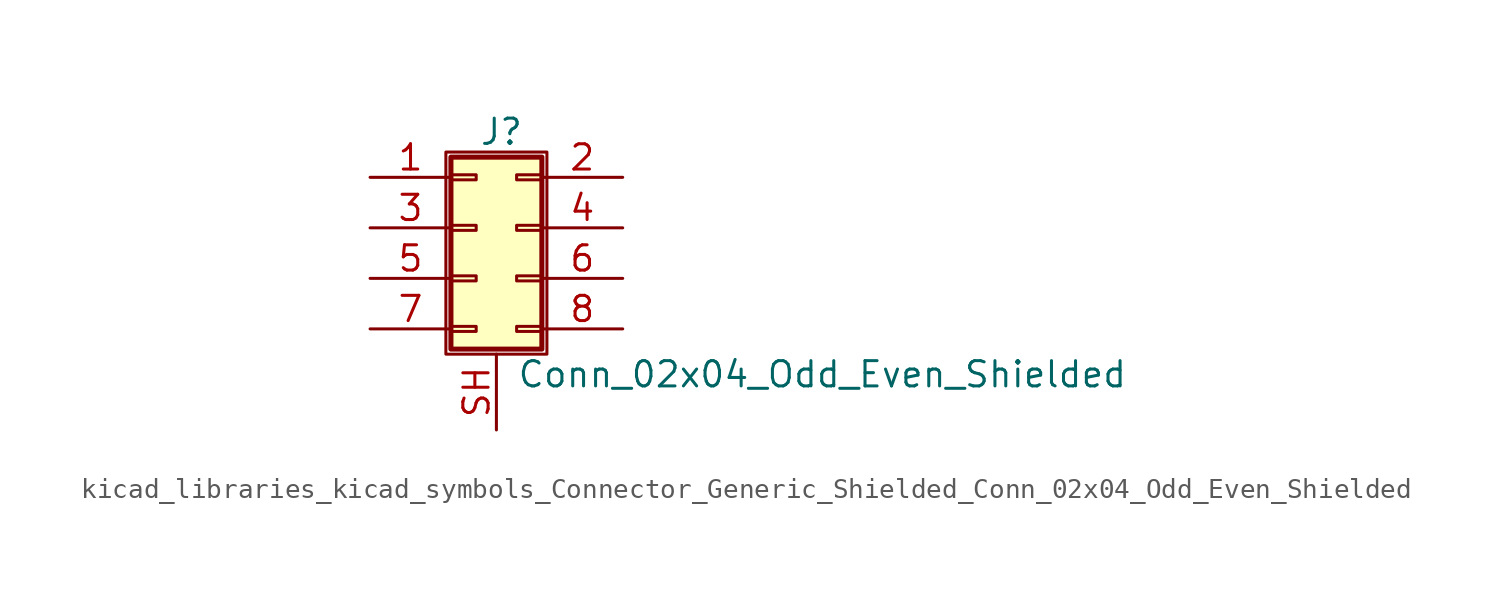
<source format=kicad_sym>
(kicad_symbol_lib
  (version 20220914)
  (generator kicad_symbol_editor)
  (symbol "kicad_libraries_kicad_symbols_Connector_Generic_Shielded_Conn_02x04_Odd_Even_Shielded"
    (pin_names
      (offset 1.016) hide)
    (property "Reference" "J"
      (at 1.524 4.826 0)
      (effects (font (size 1.27 1.27))))
    (property "Value" "Conn_02x04_Odd_Even_Shielded"
      (at 2.286 -7.366 0)
      (effects (font (size 1.27 1.27)) (justify left)))
    (symbol "kicad_libraries_kicad_symbols_Connector_Generic_Shielded_Conn_02x04_Odd_Even_Shielded_1_1"
      (rectangle (start -1.27 3.81) (end 3.81 -6.35) (stroke (width 0.152) (type default)) (fill (type none)))
      (rectangle (start -1.016 -4.953) (end 0.254 -5.207) (stroke (width 0.152) (type default)) (fill (type none)))
      (rectangle (start -1.016 -2.413) (end 0.254 -2.667) (stroke (width 0.152) (type default)) (fill (type none)))
      (rectangle (start -1.016 0.127) (end 0.254 -0.127) (stroke (width 0.152) (type default)) (fill (type none)))
      (rectangle (start -1.016 2.667) (end 0.254 2.413) (stroke (width 0.152) (type default)) (fill (type none)))
      (rectangle (start -1.016 3.556) (end 3.556 -6.096) (stroke (width 0.254) (type default)) (fill (type background)))
      (rectangle (start 3.556 -4.953) (end 2.286 -5.207) (stroke (width 0.152) (type default)) (fill (type none)))
      (rectangle (start 3.556 -2.413) (end 2.286 -2.667) (stroke (width 0.152) (type default)) (fill (type none)))
      (rectangle (start 3.556 0.127) (end 2.286 -0.127) (stroke (width 0.152) (type default)) (fill (type none)))
      (rectangle (start 3.556 2.667) (end 2.286 2.413) (stroke (width 0.152) (type default)) (fill (type none)))
      (pin passive line (at -5.08 2.54 0) (length 4.064) (name "Pin_1" (effects (font (size 1.27 1.27)))) (number "1" (effects (font (size 1.27 1.27)))))
      (pin passive line (at 7.62 2.54 180) (length 4.064) (name "Pin_2" (effects (font (size 1.27 1.27)))) (number "2" (effects (font (size 1.27 1.27)))))
      (pin passive line (at -5.08 0 0) (length 4.064) (name "Pin_3" (effects (font (size 1.27 1.27)))) (number "3" (effects (font (size 1.27 1.27)))))
      (pin passive line (at 7.62 0 180) (length 4.064) (name "Pin_4" (effects (font (size 1.27 1.27)))) (number "4" (effects (font (size 1.27 1.27)))))
      (pin passive line (at -5.08 -2.54 0) (length 4.064) (name "Pin_5" (effects (font (size 1.27 1.27)))) (number "5" (effects (font (size 1.27 1.27)))))
      (pin passive line (at 7.62 -2.54 180) (length 4.064) (name "Pin_6" (effects (font (size 1.27 1.27)))) (number "6" (effects (font (size 1.27 1.27)))))
      (pin passive line (at -5.08 -5.08 0) (length 4.064) (name "Pin_7" (effects (font (size 1.27 1.27)))) (number "7" (effects (font (size 1.27 1.27)))))
      (pin passive line (at 7.62 -5.08 180) (length 4.064) (name "Pin_8" (effects (font (size 1.27 1.27)))) (number "8" (effects (font (size 1.27 1.27)))))
      (pin passive line (at 1.27 -10.16 90) (length 3.81) (name "Shield" (effects (font (size 1.27 1.27)))) (number "SH" (effects (font (size 1.27 1.27))))))))
</source>
